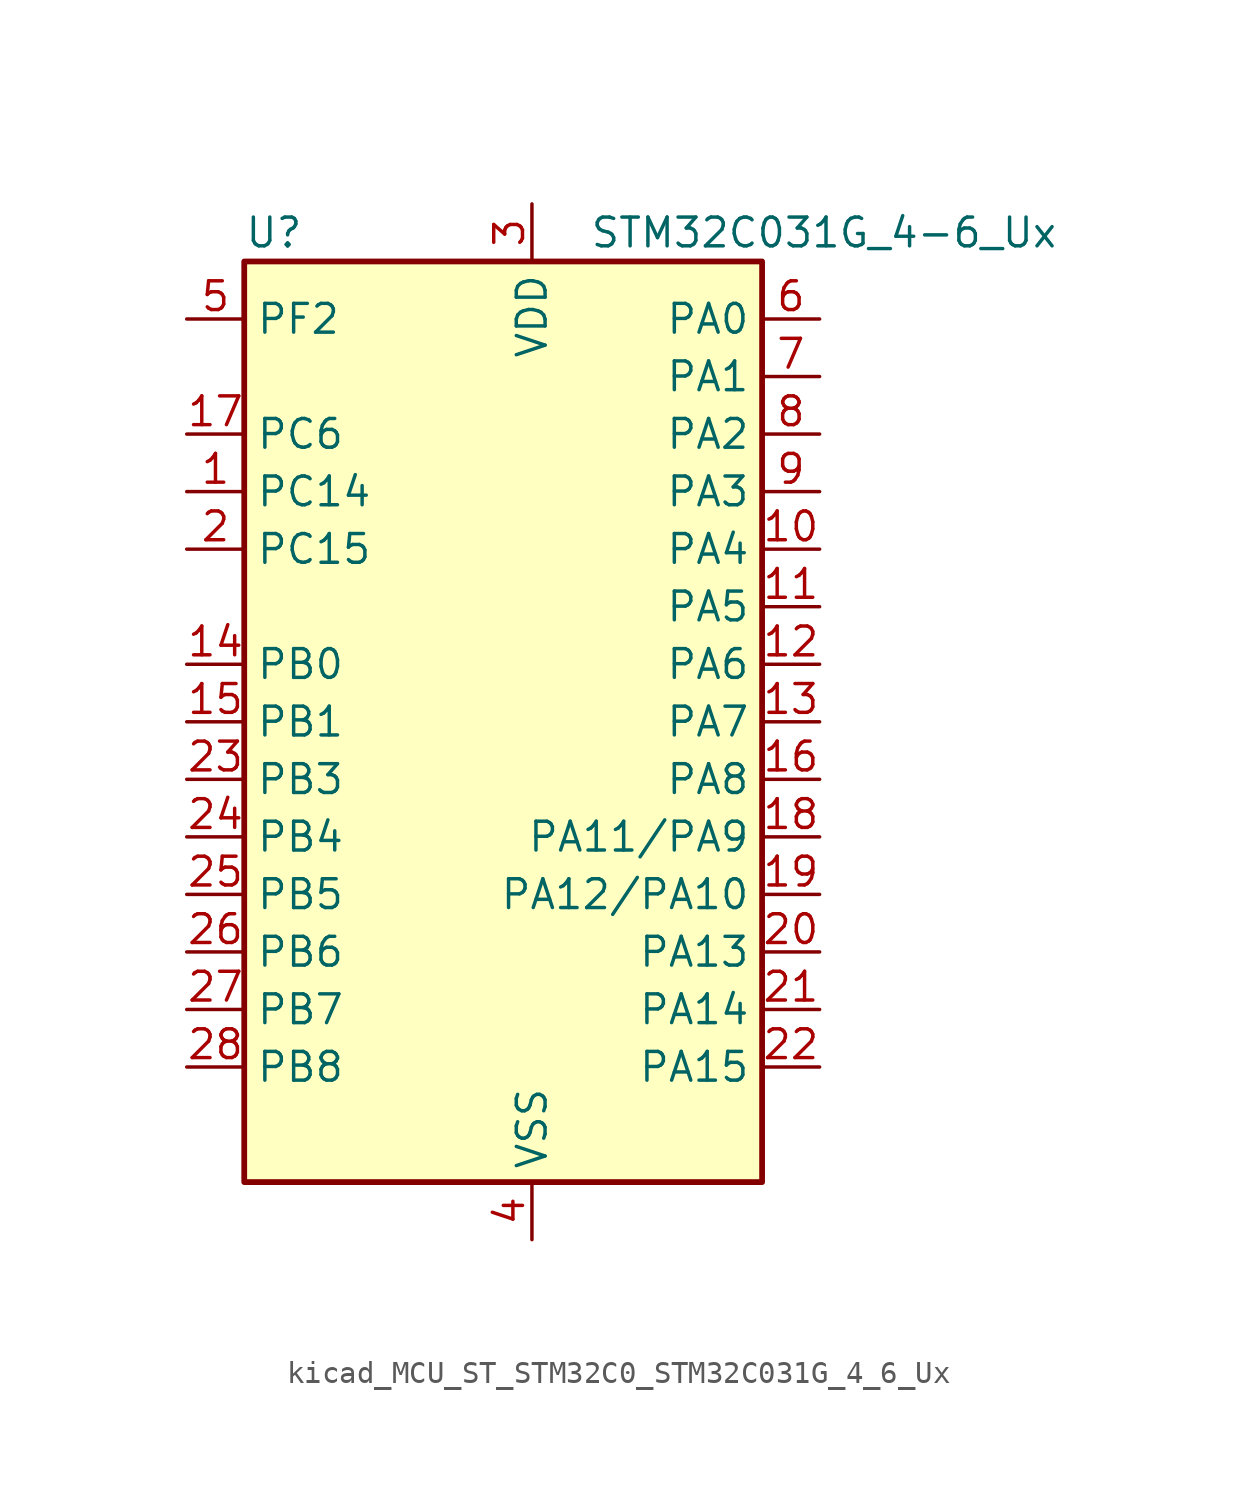
<source format=kicad_sym>
(kicad_symbol_lib
  (version 20220914)
  (generator kicad_symbol_editor)
  (symbol "kicad_MCU_ST_STM32C0_STM32C031G_4_6_Ux"
    (property "Reference" "U"
      (at -10.16 21.59 0)
      (effects (font (size 1.27 1.27)) (justify left)))
    (property "Value" "STM32C031G_4-6_Ux"
      (at 5.08 21.59 0)
      (effects (font (size 1.27 1.27)) (justify left)))
    (property "ki_locked" ""
      (at 0 0 0)
      (effects (font (size 1.27 1.27))))
    (symbol "kicad_MCU_ST_STM32C0_STM32C031G_4_6_Ux_0_1"
      (rectangle (start -10.16 -20.32) (end 12.7 20.32) (stroke (width 0.254) (type default)) (fill (type background))))
    (symbol "kicad_MCU_ST_STM32C0_STM32C031G_4_6_Ux_1_1"
      (pin bidirectional line (at -12.7 10.16 0) (length 2.54) (name "PC14" (effects (font (size 1.27 1.27)))) (number "1" (effects (font (size 1.27 1.27)))) (alternate "I2C1_SDA" bidirectional line) (alternate "IR_OUT" bidirectional line) (alternate "RCC_OSCX_IN" bidirectional line) (alternate "TIM17_CH1" bidirectional line) (alternate "TIM1_BKIN2" bidirectional line) (alternate "TIM1_ETR" bidirectional line) (alternate "TIM3_CH2" bidirectional line) (alternate "USART1_TX" bidirectional line) (alternate "USART2_CK" bidirectional line) (alternate "USART2_DE" bidirectional line) (alternate "USART2_RTS" bidirectional line))
      (pin bidirectional line (at 15.24 7.62 180) (length 2.54) (name "PA4" (effects (font (size 1.27 1.27)))) (number "10" (effects (font (size 1.27 1.27)))) (alternate "ADC1_IN4" bidirectional line) (alternate "I2S1_WS" bidirectional line) (alternate "PWR_WKUP2" bidirectional line) (alternate "RTC_OUT1" bidirectional line) (alternate "RTC_TS" bidirectional line) (alternate "SPI1_NSS" bidirectional line) (alternate "TIM14_CH1" bidirectional line) (alternate "TIM17_CH1N" bidirectional line) (alternate "TIM1_CH2N" bidirectional line) (alternate "USART2_TX" bidirectional line))
      (pin bidirectional line (at 15.24 5.08 180) (length 2.54) (name "PA5" (effects (font (size 1.27 1.27)))) (number "11" (effects (font (size 1.27 1.27)))) (alternate "ADC1_IN5" bidirectional line) (alternate "I2S1_CK" bidirectional line) (alternate "SPI1_SCK" bidirectional line) (alternate "TIM1_CH1" bidirectional line) (alternate "TIM1_CH3N" bidirectional line) (alternate "USART2_RX" bidirectional line))
      (pin bidirectional line (at 15.24 2.54 180) (length 2.54) (name "PA6" (effects (font (size 1.27 1.27)))) (number "12" (effects (font (size 1.27 1.27)))) (alternate "ADC1_IN6" bidirectional line) (alternate "I2S1_MCK" bidirectional line) (alternate "SPI1_MISO" bidirectional line) (alternate "TIM16_CH1" bidirectional line) (alternate "TIM1_BKIN" bidirectional line) (alternate "TIM3_CH1" bidirectional line))
      (pin bidirectional line (at 15.24 0 180) (length 2.54) (name "PA7" (effects (font (size 1.27 1.27)))) (number "13" (effects (font (size 1.27 1.27)))) (alternate "ADC1_IN7" bidirectional line) (alternate "I2S1_SD" bidirectional line) (alternate "SPI1_MOSI" bidirectional line) (alternate "TIM14_CH1" bidirectional line) (alternate "TIM17_CH1" bidirectional line) (alternate "TIM1_CH1N" bidirectional line) (alternate "TIM3_CH2" bidirectional line))
      (pin bidirectional line (at -12.7 2.54 0) (length 2.54) (name "PB0" (effects (font (size 1.27 1.27)))) (number "14" (effects (font (size 1.27 1.27)))) (alternate "ADC1_IN17" bidirectional line) (alternate "I2S1_WS" bidirectional line) (alternate "SPI1_NSS" bidirectional line) (alternate "TIM1_CH2N" bidirectional line) (alternate "TIM3_CH3" bidirectional line))
      (pin bidirectional line (at -12.7 0 0) (length 2.54) (name "PB1" (effects (font (size 1.27 1.27)))) (number "15" (effects (font (size 1.27 1.27)))) (alternate "ADC1_IN18" bidirectional line) (alternate "TIM14_CH1" bidirectional line) (alternate "TIM1_CH2N" bidirectional line) (alternate "TIM1_CH3N" bidirectional line) (alternate "TIM3_CH4" bidirectional line))
      (pin bidirectional line (at 15.24 -2.54 180) (length 2.54) (name "PA8" (effects (font (size 1.27 1.27)))) (number "16" (effects (font (size 1.27 1.27)))) (alternate "ADC1_IN8" bidirectional line) (alternate "I2S1_WS" bidirectional line) (alternate "RCC_MCO" bidirectional line) (alternate "RCC_MCO_2" bidirectional line) (alternate "SPI1_NSS" bidirectional line) (alternate "TIM14_CH1" bidirectional line) (alternate "TIM1_CH1" bidirectional line) (alternate "TIM1_CH2N" bidirectional line) (alternate "TIM1_CH3N" bidirectional line) (alternate "TIM3_CH3" bidirectional line) (alternate "TIM3_CH4" bidirectional line) (alternate "USART1_RX" bidirectional line) (alternate "USART2_TX" bidirectional line))
      (pin bidirectional line (at -12.7 12.7 0) (length 2.54) (name "PC6" (effects (font (size 1.27 1.27)))) (number "17" (effects (font (size 1.27 1.27)))) (alternate "TIM3_CH1" bidirectional line))
      (pin bidirectional line (at 15.24 -5.08 180) (length 2.54) (name "PA11/PA9" (effects (font (size 1.27 1.27)))) (number "18" (effects (font (size 1.27 1.27)))) (alternate "ADC1_EXTI11" bidirectional line) (alternate "ADC1_IN11" bidirectional line) (alternate "I2S1_MCK" bidirectional line) (alternate "SPI1_MISO" bidirectional line) (alternate "TIM1_BKIN2" bidirectional line) (alternate "TIM1_CH4" bidirectional line) (alternate "USART1_CTS" bidirectional line) (alternate "USART1_NSS" bidirectional line))
      (pin bidirectional line (at 15.24 -7.62 180) (length 2.54) (name "PA12/PA10" (effects (font (size 1.27 1.27)))) (number "19" (effects (font (size 1.27 1.27)))) (alternate "ADC1_IN12" bidirectional line) (alternate "I2S1_SD" bidirectional line) (alternate "I2S_CKIN" bidirectional line) (alternate "SPI1_MOSI" bidirectional line) (alternate "TIM1_ETR" bidirectional line) (alternate "USART1_CK" bidirectional line) (alternate "USART1_DE" bidirectional line) (alternate "USART1_RTS" bidirectional line))
      (pin bidirectional line (at -12.7 7.62 0) (length 2.54) (name "PC15" (effects (font (size 1.27 1.27)))) (number "2" (effects (font (size 1.27 1.27)))) (alternate "RCC_OSC32_EN" bidirectional line) (alternate "RCC_OSCX_OUT" bidirectional line) (alternate "RCC_OSC_EN" bidirectional line) (alternate "TIM1_ETR" bidirectional line) (alternate "TIM3_CH3" bidirectional line))
      (pin bidirectional line (at 15.24 -10.16 180) (length 2.54) (name "PA13" (effects (font (size 1.27 1.27)))) (number "20" (effects (font (size 1.27 1.27)))) (alternate "ADC1_IN13" bidirectional line) (alternate "DEBUG_SWDIO" bidirectional line) (alternate "IR_OUT" bidirectional line) (alternate "TIM3_ETR" bidirectional line) (alternate "USART2_RX" bidirectional line))
      (pin bidirectional line (at 15.24 -12.7 180) (length 2.54) (name "PA14" (effects (font (size 1.27 1.27)))) (number "21" (effects (font (size 1.27 1.27)))) (alternate "ADC1_IN14" bidirectional line) (alternate "DEBUG_SWCLK" bidirectional line) (alternate "I2S1_WS" bidirectional line) (alternate "RCC_MCO_2" bidirectional line) (alternate "SPI1_NSS" bidirectional line) (alternate "TIM1_CH1" bidirectional line) (alternate "USART1_CK" bidirectional line) (alternate "USART1_DE" bidirectional line) (alternate "USART1_RTS" bidirectional line) (alternate "USART2_RX" bidirectional line) (alternate "USART2_TX" bidirectional line))
      (pin bidirectional line (at 15.24 -15.24 180) (length 2.54) (name "PA15" (effects (font (size 1.27 1.27)))) (number "22" (effects (font (size 1.27 1.27)))) (alternate "I2S1_WS" bidirectional line) (alternate "RCC_MCO_2" bidirectional line) (alternate "SPI1_NSS" bidirectional line) (alternate "TIM1_CH1" bidirectional line) (alternate "USART1_CK" bidirectional line) (alternate "USART1_DE" bidirectional line) (alternate "USART1_RTS" bidirectional line) (alternate "USART2_RX" bidirectional line))
      (pin bidirectional line (at -12.7 -2.54 0) (length 2.54) (name "PB3" (effects (font (size 1.27 1.27)))) (number "23" (effects (font (size 1.27 1.27)))) (alternate "I2S1_CK" bidirectional line) (alternate "SPI1_SCK" bidirectional line) (alternate "TIM1_CH2" bidirectional line) (alternate "TIM3_CH2" bidirectional line) (alternate "USART1_CK" bidirectional line) (alternate "USART1_DE" bidirectional line) (alternate "USART1_RTS" bidirectional line))
      (pin bidirectional line (at -12.7 -5.08 0) (length 2.54) (name "PB4" (effects (font (size 1.27 1.27)))) (number "24" (effects (font (size 1.27 1.27)))) (alternate "I2S1_MCK" bidirectional line) (alternate "SPI1_MISO" bidirectional line) (alternate "TIM17_BKIN" bidirectional line) (alternate "TIM3_CH1" bidirectional line) (alternate "USART1_CTS" bidirectional line) (alternate "USART1_NSS" bidirectional line))
      (pin bidirectional line (at -12.7 -7.62 0) (length 2.54) (name "PB5" (effects (font (size 1.27 1.27)))) (number "25" (effects (font (size 1.27 1.27)))) (alternate "I2C1_SMBA" bidirectional line) (alternate "I2S1_SD" bidirectional line) (alternate "PWR_WKUP6" bidirectional line) (alternate "SPI1_MOSI" bidirectional line) (alternate "TIM16_BKIN" bidirectional line) (alternate "TIM3_CH2" bidirectional line) (alternate "TIM3_CH3" bidirectional line))
      (pin bidirectional line (at -12.7 -10.16 0) (length 2.54) (name "PB6" (effects (font (size 1.27 1.27)))) (number "26" (effects (font (size 1.27 1.27)))) (alternate "I2C1_SCL" bidirectional line) (alternate "I2C1_SMBA" bidirectional line) (alternate "I2S1_CK" bidirectional line) (alternate "I2S1_MCK" bidirectional line) (alternate "I2S1_SD" bidirectional line) (alternate "PWR_WKUP3" bidirectional line) (alternate "SPI1_MISO" bidirectional line) (alternate "SPI1_MOSI" bidirectional line) (alternate "SPI1_SCK" bidirectional line) (alternate "TIM16_BKIN" bidirectional line) (alternate "TIM16_CH1N" bidirectional line) (alternate "TIM17_BKIN" bidirectional line) (alternate "TIM1_CH2" bidirectional line) (alternate "TIM1_CH3" bidirectional line) (alternate "TIM3_CH1" bidirectional line) (alternate "TIM3_CH2" bidirectional line) (alternate "TIM3_CH3" bidirectional line) (alternate "USART1_CK" bidirectional line) (alternate "USART1_CTS" bidirectional line) (alternate "USART1_DE" bidirectional line) (alternate "USART1_NSS" bidirectional line) (alternate "USART1_RTS" bidirectional line) (alternate "USART1_TX" bidirectional line))
      (pin bidirectional line (at -12.7 -12.7 0) (length 2.54) (name "PB7" (effects (font (size 1.27 1.27)))) (number "27" (effects (font (size 1.27 1.27)))) (alternate "I2C1_SCL" bidirectional line) (alternate "I2C1_SDA" bidirectional line) (alternate "RTC_REFIN" bidirectional line) (alternate "TIM16_CH1" bidirectional line) (alternate "TIM17_CH1N" bidirectional line) (alternate "TIM1_CH4" bidirectional line) (alternate "TIM3_CH1" bidirectional line) (alternate "TIM3_CH4" bidirectional line) (alternate "USART1_RX" bidirectional line) (alternate "USART2_CTS" bidirectional line) (alternate "USART2_NSS" bidirectional line))
      (pin bidirectional line (at -12.7 -15.24 0) (length 2.54) (name "PB8" (effects (font (size 1.27 1.27)))) (number "28" (effects (font (size 1.27 1.27)))) (alternate "I2C1_SCL" bidirectional line) (alternate "TIM16_CH1" bidirectional line) (alternate "TIM3_CH1" bidirectional line) (alternate "USART2_CTS" bidirectional line) (alternate "USART2_NSS" bidirectional line))
      (pin power_in line (at 2.54 22.86 270) (length 2.54) (name "VDD" (effects (font (size 1.27 1.27)))) (number "3" (effects (font (size 1.27 1.27)))))
      (pin power_in line (at 2.54 -22.86 90) (length 2.54) (name "VSS" (effects (font (size 1.27 1.27)))) (number "4" (effects (font (size 1.27 1.27)))))
      (pin bidirectional line (at -12.7 17.78 0) (length 2.54) (name "PF2" (effects (font (size 1.27 1.27)))) (number "5" (effects (font (size 1.27 1.27)))) (alternate "RCC_MCO" bidirectional line) (alternate "TIM1_CH4" bidirectional line))
      (pin bidirectional line (at 15.24 17.78 180) (length 2.54) (name "PA0" (effects (font (size 1.27 1.27)))) (number "6" (effects (font (size 1.27 1.27)))) (alternate "ADC1_IN0" bidirectional line) (alternate "PWR_WKUP1" bidirectional line) (alternate "TIM16_CH1" bidirectional line) (alternate "TIM1_CH1" bidirectional line) (alternate "USART1_TX" bidirectional line) (alternate "USART2_CTS" bidirectional line) (alternate "USART2_NSS" bidirectional line))
      (pin bidirectional line (at 15.24 15.24 180) (length 2.54) (name "PA1" (effects (font (size 1.27 1.27)))) (number "7" (effects (font (size 1.27 1.27)))) (alternate "ADC1_IN1" bidirectional line) (alternate "I2C1_SMBA" bidirectional line) (alternate "I2S1_CK" bidirectional line) (alternate "SPI1_SCK" bidirectional line) (alternate "TIM17_CH1" bidirectional line) (alternate "TIM1_CH2" bidirectional line) (alternate "USART1_RX" bidirectional line) (alternate "USART2_CK" bidirectional line) (alternate "USART2_DE" bidirectional line) (alternate "USART2_RTS" bidirectional line))
      (pin bidirectional line (at 15.24 12.7 180) (length 2.54) (name "PA2" (effects (font (size 1.27 1.27)))) (number "8" (effects (font (size 1.27 1.27)))) (alternate "ADC1_IN2" bidirectional line) (alternate "I2S1_SD" bidirectional line) (alternate "PWR_WKUP4" bidirectional line) (alternate "RCC_LSCO" bidirectional line) (alternate "SPI1_MOSI" bidirectional line) (alternate "TIM16_CH1N" bidirectional line) (alternate "TIM1_CH3" bidirectional line) (alternate "TIM3_ETR" bidirectional line) (alternate "USART2_TX" bidirectional line))
      (pin bidirectional line (at 15.24 10.16 180) (length 2.54) (name "PA3" (effects (font (size 1.27 1.27)))) (number "9" (effects (font (size 1.27 1.27)))) (alternate "ADC1_IN3" bidirectional line) (alternate "TIM1_CH1N" bidirectional line) (alternate "TIM1_CH4" bidirectional line) (alternate "USART2_RX" bidirectional line)))))
</source>
